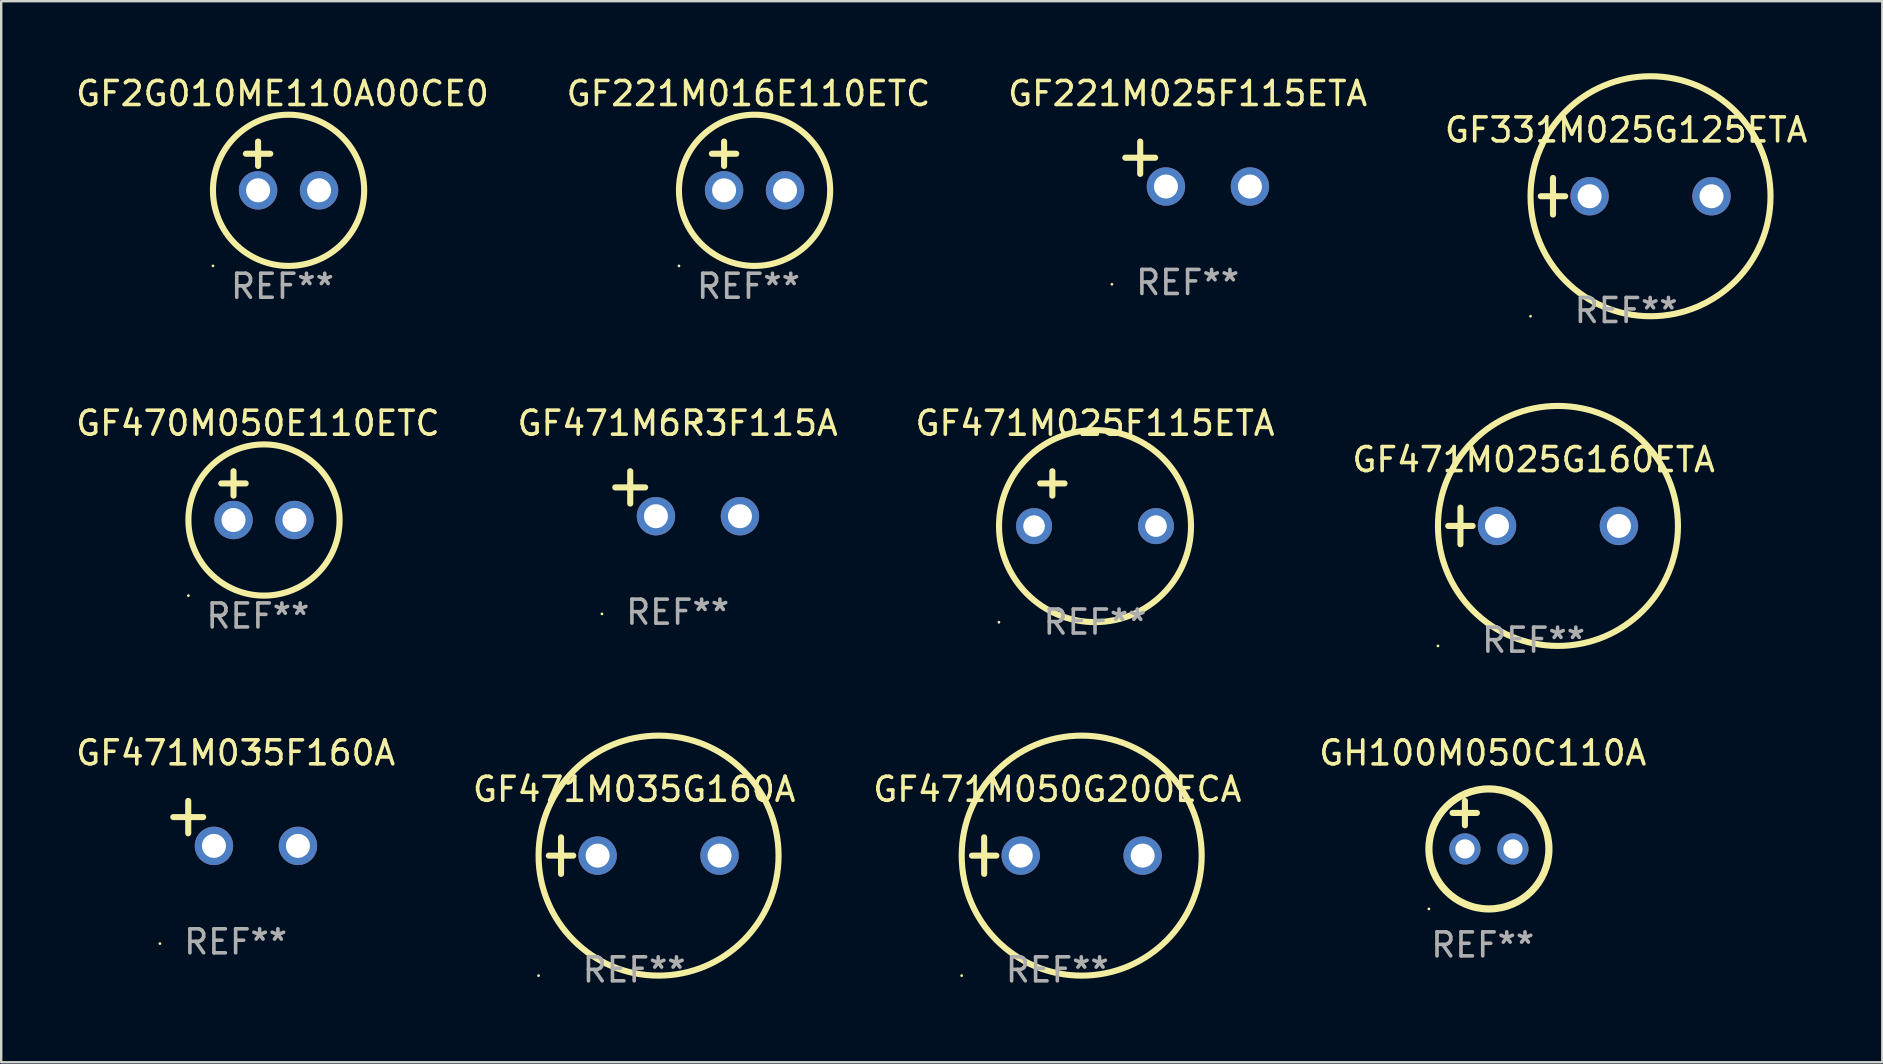
<source format=kicad_pcb>
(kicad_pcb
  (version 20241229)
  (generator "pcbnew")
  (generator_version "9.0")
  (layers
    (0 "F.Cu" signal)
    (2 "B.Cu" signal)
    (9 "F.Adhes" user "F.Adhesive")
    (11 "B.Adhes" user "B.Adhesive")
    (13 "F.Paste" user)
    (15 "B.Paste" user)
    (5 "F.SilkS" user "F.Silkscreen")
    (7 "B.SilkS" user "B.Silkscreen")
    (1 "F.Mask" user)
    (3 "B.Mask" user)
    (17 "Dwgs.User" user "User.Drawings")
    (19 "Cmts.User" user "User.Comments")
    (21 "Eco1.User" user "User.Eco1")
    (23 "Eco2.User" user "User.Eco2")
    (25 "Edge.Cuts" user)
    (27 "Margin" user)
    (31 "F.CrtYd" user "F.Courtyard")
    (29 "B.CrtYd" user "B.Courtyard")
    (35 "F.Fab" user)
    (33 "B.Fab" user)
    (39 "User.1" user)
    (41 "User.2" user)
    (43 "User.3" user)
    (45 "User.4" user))
  (footprint "GF471M035F160A"
    (layer "F.Cu")
    (at 6.768 31.259)
    (property "Reference" "GF471M035F160A" (at 0 -2.937 0) (layer "F.SilkS") (effects (font (size 1 1) (thickness 0.15))))
    (attr through_hole)
    (fp_line (start -1.975 0.41) (end -1.975 -0.937) (stroke (width 0.254) (type solid)) (layer "F.SilkS"))
    (fp_line (start -1.353 -0.263) (end -2.597 -0.263) (stroke (width 0.254) (type solid)) (layer "F.SilkS"))
    (fp_arc (start 0.849809 -3.063957) (mid 0.885369 -3.064114) (end 0.920929 -3.063957) (stroke (width 0.254001) (type solid)) (layer "F.SilkS"))
    (fp_circle (center -3.154 5.008) (end -3.124 5.008) (stroke (width 0.06) (type solid)) (fill no) (layer "F.SilkS"))
    (fp_text user "REF**" (at 0 4.937 0) (layer "F.Fab") (effects (font (size 1 1) (thickness 0.15))))
    (pad "1" thru_hole circle (at -0.903 0.937) (size 1.6 1.6) (drill 1) (layers "*.Cu" "*.Mask"))
    (pad "2" thru_hole circle (at 2.597 0.937) (size 1.6 1.6) (drill 1) (layers "*.Cu" "*.Mask")))
  (footprint "GF471M6R3F115A"
    (layer "F.Cu")
    (at 25.185 17.522)
    (property "Reference" "GF471M6R3F115A" (at 0 -2.937 0) (layer "F.SilkS") (effects (font (size 1 1) (thickness 0.15))))
    (attr through_hole)
    (fp_line (start -1.975 0.41) (end -1.975 -0.937) (stroke (width 0.254) (type solid)) (layer "F.SilkS"))
    (fp_line (start -1.353 -0.263) (end -2.597 -0.263) (stroke (width 0.254) (type solid)) (layer "F.SilkS"))
    (fp_arc (start 0.849809 -3.063957) (mid 0.885369 -3.064114) (end 0.920929 -3.063957) (stroke (width 0.254001) (type solid)) (layer "F.SilkS"))
    (fp_circle (center -3.154 5.008) (end -3.124 5.008) (stroke (width 0.06) (type solid)) (fill no) (layer "F.SilkS"))
    (fp_text user "REF**" (at 0 4.937 0) (layer "F.Fab") (effects (font (size 1 1) (thickness 0.15))))
    (pad "1" thru_hole circle (at -0.903 0.937) (size 1.6 1.6) (drill 1) (layers "*.Cu" "*.Mask"))
    (pad "2" thru_hole circle (at 2.597 0.937) (size 1.6 1.6) (drill 1) (layers "*.Cu" "*.Mask")))
  (footprint "GF470M050E110ETC"
    (layer "F.Cu")
    (at 7.696 17.602)
    (property "Reference" "GF470M050E110ETC" (at 0 -3.016 0) (layer "F.SilkS") (effects (font (size 1 1) (thickness 0.15))))
    (attr through_hole)
    (fp_line (start -1.524 -0.508) (end -0.508 -0.508) (stroke (width 0.254) (type solid)) (layer "F.SilkS"))
    (fp_line (start -1.016 -1.016) (end -1.016 0) (stroke (width 0.254) (type solid)) (layer "F.SilkS"))
    (fp_circle (center -2.896 4.166) (end -2.866 4.166) (stroke (width 0.06) (type solid)) (fill no) (layer "F.SilkS"))
    (fp_circle (center 0.254 1.016) (end 3.404 1.016) (stroke (width 0.254) (type solid)) (fill no) (layer "F.SilkS"))
    (fp_text user "REF**" (at 0 5.016 0) (layer "F.Fab") (effects (font (size 1 1) (thickness 0.15))))
    (pad "1" thru_hole circle (at -1.016 1.016) (size 1.6 1.6) (drill 1) (layers "*.Cu" "*.Mask"))
    (pad "2" thru_hole circle (at 1.524 1.016) (size 1.6 1.6) (drill 1) (layers "*.Cu" "*.Mask")))
  (footprint "GH100M050C110A"
    (layer "F.Cu")
    (at 58.732 31.323)
    (property "Reference" "GH100M050C110A" (at 0 -3 0) (layer "F.SilkS") (effects (font (size 1 1) (thickness 0.15))))
    (attr through_hole)
    (fp_line (start -1.258 -0.5) (end -0.242 -0.5) (stroke (width 0.254) (type solid)) (layer "F.SilkS"))
    (fp_line (start -0.742 -1) (end -0.742 0.016) (stroke (width 0.254) (type solid)) (layer "F.SilkS"))
    (fp_circle (center -2.242 3.5) (end -2.212 3.5) (stroke (width 0.06) (type solid)) (fill no) (layer "F.SilkS"))
    (fp_circle (center 0.258 1) (end 2.758 1) (stroke (width 0.3) (type solid)) (fill no) (layer "F.SilkS"))
    (fp_text user "REF**" (at 0 5 0) (layer "F.Fab") (effects (font (size 1 1) (thickness 0.15))))
    (pad "1" thru_hole circle (at -0.742 1) (size 1.3 1.3) (drill 0.8) (layers "*.Cu" "*.Mask"))
    (pad "2" thru_hole circle (at 1.258 1) (size 1.3 1.3) (drill 0.8) (layers "*.Cu" "*.Mask")))
  (footprint "GF471M050G200ECA"
    (layer "F.Cu")
    (at 41.006 32.602)
    (property "Reference" "GF471M050G200ECA" (at 0 -2.762 0) (layer "F.SilkS") (effects (font (size 1 1) (thickness 0.15))))
    (attr through_hole)
    (fp_line (start -3.556 0) (end -2.54 0) (stroke (width 0.254) (type solid)) (layer "F.SilkS"))
    (fp_line (start -3.048 -0.762) (end -3.048 0.762) (stroke (width 0.254) (type solid)) (layer "F.SilkS"))
    (fp_circle (center -3.984 5) (end -3.954 5) (stroke (width 0.06) (type solid)) (fill no) (layer "F.SilkS"))
    (fp_circle (center 1.016 0) (end 6.016 0) (stroke (width 0.254) (type solid)) (fill no) (layer "F.SilkS"))
    (fp_text user "REF**" (at 0 4.762 0) (layer "F.Fab") (effects (font (size 1 1) (thickness 0.15))))
    (pad "1" thru_hole circle (at -1.524 0) (size 1.6 1.6) (drill 1) (layers "*.Cu" "*.Mask"))
    (pad "2" thru_hole circle (at 3.556 0) (size 1.6 1.6) (drill 1) (layers "*.Cu" "*.Mask")))
  (footprint "GF471M035G160A"
    (layer "F.Cu")
    (at 23.375 32.602)
    (property "Reference" "GF471M035G160A" (at 0 -2.762 0) (layer "F.SilkS") (effects (font (size 1 1) (thickness 0.15))))
    (attr through_hole)
    (fp_line (start -3.556 0) (end -2.54 0) (stroke (width 0.254) (type solid)) (layer "F.SilkS"))
    (fp_line (start -3.048 -0.762) (end -3.048 0.762) (stroke (width 0.254) (type solid)) (layer "F.SilkS"))
    (fp_circle (center -3.984 5) (end -3.954 5) (stroke (width 0.06) (type solid)) (fill no) (layer "F.SilkS"))
    (fp_circle (center 1.016 0) (end 6.016 0) (stroke (width 0.254) (type solid)) (fill no) (layer "F.SilkS"))
    (fp_text user "REF**" (at 0 4.762 0) (layer "F.Fab") (effects (font (size 1 1) (thickness 0.15))))
    (pad "1" thru_hole circle (at -1.524 0) (size 1.6 1.6) (drill 1) (layers "*.Cu" "*.Mask"))
    (pad "2" thru_hole circle (at 3.556 0) (size 1.6 1.6) (drill 1) (layers "*.Cu" "*.Mask")))
  (footprint "GF331M025G125ETA"
    (layer "F.Cu")
    (at 64.708 5.127)
    (property "Reference" "GF331M025G125ETA" (at 0 -2.762 0) (layer "F.SilkS") (effects (font (size 1 1) (thickness 0.15))))
    (attr through_hole)
    (fp_line (start -3.556 0) (end -2.54 0) (stroke (width 0.254) (type solid)) (layer "F.SilkS"))
    (fp_line (start -3.048 -0.762) (end -3.048 0.762) (stroke (width 0.254) (type solid)) (layer "F.SilkS"))
    (fp_circle (center -3.984 5) (end -3.954 5) (stroke (width 0.06) (type solid)) (fill no) (layer "F.SilkS"))
    (fp_circle (center 1.016 0) (end 6.016 0) (stroke (width 0.254) (type solid)) (fill no) (layer "F.SilkS"))
    (fp_text user "REF**" (at 0 4.762 0) (layer "F.Fab") (effects (font (size 1 1) (thickness 0.15))))
    (pad "1" thru_hole circle (at -1.524 0) (size 1.6 1.6) (drill 1) (layers "*.Cu" "*.Mask"))
    (pad "2" thru_hole circle (at 3.556 0) (size 1.6 1.6) (drill 1) (layers "*.Cu" "*.Mask")))
  (footprint "GF2G010ME110A00CE0"
    (layer "F.Cu")
    (at 8.72 3.864)
    (property "Reference" "GF2G010ME110A00CE0" (at 0 -3.016 0) (layer "F.SilkS") (effects (font (size 1 1) (thickness 0.15))))
    (attr through_hole)
    (fp_line (start -1.524 -0.508) (end -0.508 -0.508) (stroke (width 0.254) (type solid)) (layer "F.SilkS"))
    (fp_line (start -1.016 -1.016) (end -1.016 0) (stroke (width 0.254) (type solid)) (layer "F.SilkS"))
    (fp_circle (center -2.896 4.166) (end -2.866 4.166) (stroke (width 0.06) (type solid)) (fill no) (layer "F.SilkS"))
    (fp_circle (center 0.254 1.016) (end 3.404 1.016) (stroke (width 0.254) (type solid)) (fill no) (layer "F.SilkS"))
    (fp_text user "REF**" (at 0 5.016 0) (layer "F.Fab") (effects (font (size 1 1) (thickness 0.15))))
    (pad "1" thru_hole circle (at -1.016 1.016) (size 1.6 1.6) (drill 1) (layers "*.Cu" "*.Mask"))
    (pad "2" thru_hole circle (at 1.524 1.016) (size 1.6 1.6) (drill 1) (layers "*.Cu" "*.Mask")))
  (footprint "GF471M025G160ETA"
    (layer "F.Cu")
    (at 60.851 18.864)
    (property "Reference" "GF471M025G160ETA" (at 0 -2.762 0) (layer "F.SilkS") (effects (font (size 1 1) (thickness 0.15))))
    (attr through_hole)
    (fp_line (start -3.556 0) (end -2.54 0) (stroke (width 0.254) (type solid)) (layer "F.SilkS"))
    (fp_line (start -3.048 -0.762) (end -3.048 0.762) (stroke (width 0.254) (type solid)) (layer "F.SilkS"))
    (fp_circle (center -3.984 5) (end -3.954 5) (stroke (width 0.06) (type solid)) (fill no) (layer "F.SilkS"))
    (fp_circle (center 1.016 0) (end 6.016 0) (stroke (width 0.254) (type solid)) (fill no) (layer "F.SilkS"))
    (fp_text user "REF**" (at 0 4.762 0) (layer "F.Fab") (effects (font (size 1 1) (thickness 0.15))))
    (pad "1" thru_hole circle (at -1.524 0) (size 1.6 1.6) (drill 1) (layers "*.Cu" "*.Mask"))
    (pad "2" thru_hole circle (at 3.556 0) (size 1.6 1.6) (drill 1) (layers "*.Cu" "*.Mask")))
  (footprint "GF221M025F115ETA"
    (layer "F.Cu")
    (at 46.435 3.785)
    (property "Reference" "GF221M025F115ETA" (at 0 -2.937 0) (layer "F.SilkS") (effects (font (size 1 1) (thickness 0.15))))
    (attr through_hole)
    (fp_line (start -1.975 0.41) (end -1.975 -0.937) (stroke (width 0.254) (type solid)) (layer "F.SilkS"))
    (fp_line (start -1.353 -0.263) (end -2.597 -0.263) (stroke (width 0.254) (type solid)) (layer "F.SilkS"))
    (fp_arc (start 0.849809 -3.063957) (mid 0.885369 -3.064114) (end 0.920929 -3.063957) (stroke (width 0.254001) (type solid)) (layer "F.SilkS"))
    (fp_circle (center -3.154 5.008) (end -3.124 5.008) (stroke (width 0.06) (type solid)) (fill no) (layer "F.SilkS"))
    (fp_text user "REF**" (at 0 4.937 0) (layer "F.Fab") (effects (font (size 1 1) (thickness 0.15))))
    (pad "1" thru_hole circle (at -0.903 0.937) (size 1.6 1.6) (drill 1) (layers "*.Cu" "*.Mask"))
    (pad "2" thru_hole circle (at 2.597 0.937) (size 1.6 1.6) (drill 1) (layers "*.Cu" "*.Mask")))
  (footprint "GF221M016E110ETC"
    (layer "F.Cu")
    (at 28.137 3.864)
    (property "Reference" "GF221M016E110ETC" (at 0 -3.016 0) (layer "F.SilkS") (effects (font (size 1 1) (thickness 0.15))))
    (attr through_hole)
    (fp_line (start -1.524 -0.508) (end -0.508 -0.508) (stroke (width 0.254) (type solid)) (layer "F.SilkS"))
    (fp_line (start -1.016 -1.016) (end -1.016 0) (stroke (width 0.254) (type solid)) (layer "F.SilkS"))
    (fp_circle (center -2.896 4.166) (end -2.866 4.166) (stroke (width 0.06) (type solid)) (fill no) (layer "F.SilkS"))
    (fp_circle (center 0.254 1.016) (end 3.404 1.016) (stroke (width 0.254) (type solid)) (fill no) (layer "F.SilkS"))
    (fp_text user "REF**" (at 0 5.016 0) (layer "F.Fab") (effects (font (size 1 1) (thickness 0.15))))
    (pad "1" thru_hole circle (at -1.016 1.016) (size 1.6 1.6) (drill 1) (layers "*.Cu" "*.Mask"))
    (pad "2" thru_hole circle (at 1.524 1.016) (size 1.6 1.6) (drill 1) (layers "*.Cu" "*.Mask")))
  (footprint "GF471M025F115ETA"
    (layer "F.Cu")
    (at 42.577 17.729)
    (property "Reference" "GF471M025F115ETA" (at 0 -3.143 0) (layer "F.SilkS") (effects (font (size 1 1) (thickness 0.15))))
    (attr through_hole)
    (fp_line (start -2.286 -0.635) (end -1.27 -0.635) (stroke (width 0.254) (type solid)) (layer "F.SilkS"))
    (fp_line (start -1.778 -1.143) (end -1.778 -0.127) (stroke (width 0.254) (type solid)) (layer "F.SilkS"))
    (fp_circle (center -4.005 5.148) (end -3.975 5.148) (stroke (width 0.06) (type solid)) (fill no) (layer "F.SilkS"))
    (fp_circle (center 0 1.143) (end 4 1.143) (stroke (width 0.254) (type solid)) (fill no) (layer "F.SilkS"))
    (fp_text user "REF**" (at 0 5.143 0) (layer "F.Fab") (effects (font (size 1 1) (thickness 0.15))))
    (pad "1" thru_hole circle (at -2.54 1.143) (size 1.5 1.5) (drill 0.9) (layers "*.Cu" "*.Mask"))
    (pad "2" thru_hole circle (at 2.54 1.143) (size 1.5 1.5) (drill 0.9) (layers "*.Cu" "*.Mask")))
  (gr_rect
    (start -3 -3)
    (end 75.381 41.212)
    (stroke (width 0.1) (type default))
    (fill no)
    (layer "Edge.Cuts")))
</source>
